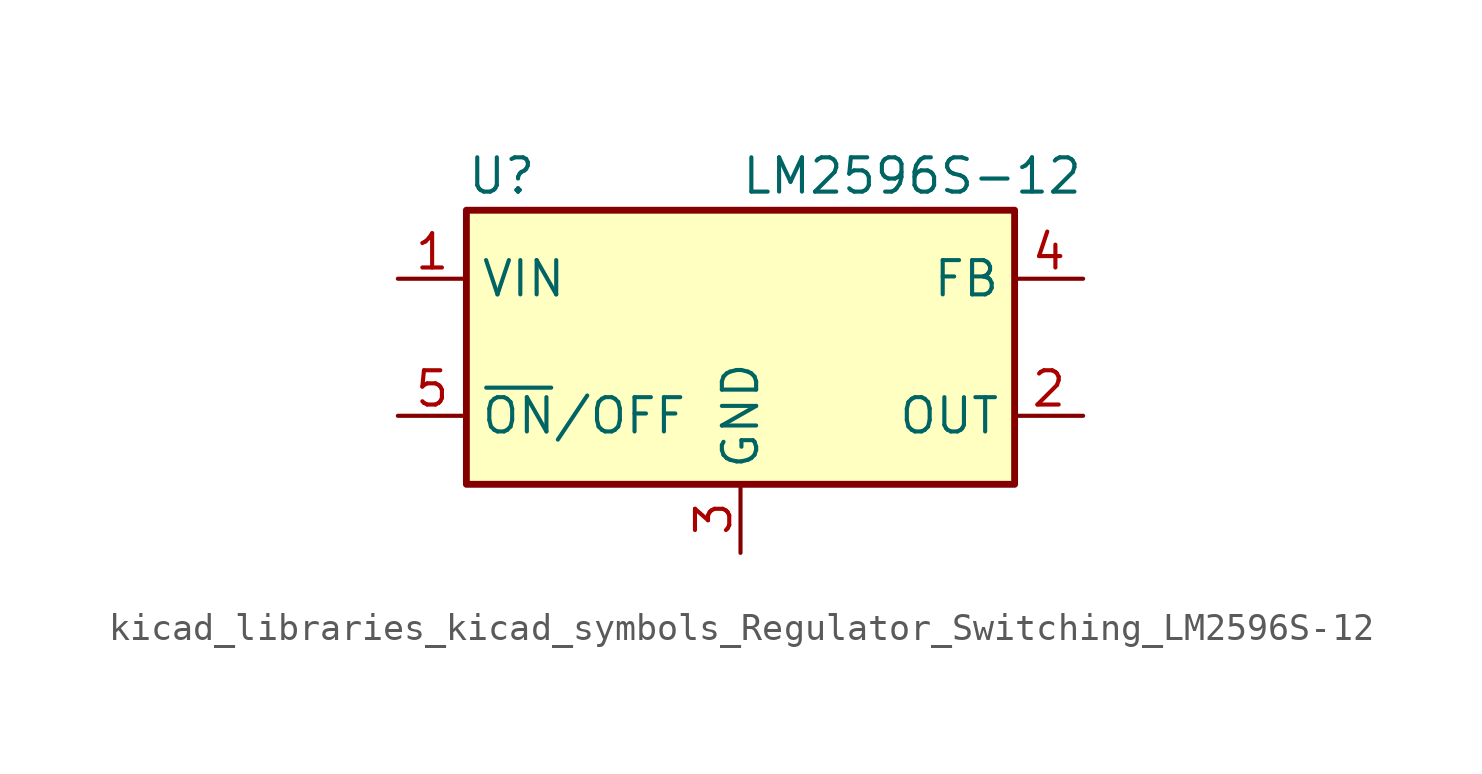
<source format=kicad_sym>
(kicad_symbol_lib
  (version 20220914)
  (generator kicad_symbol_editor)
  (symbol "kicad_libraries_kicad_symbols_Regulator_Switching_LM2596S-12"
    (property "Reference" "U"
      (at -10.16 6.35 0)
      (effects (font (size 1.27 1.27)) (justify left)))
    (property "Value" "LM2596S-12"
      (at 0 6.35 0)
      (effects (font (size 1.27 1.27)) (justify left)))
    (symbol "kicad_libraries_kicad_symbols_Regulator_Switching_LM2596S-12_0_1"
      (rectangle (start -10.16 5.08) (end 10.16 -5.08) (stroke (width 0.254) (type default)) (fill (type background))))
    (symbol "kicad_libraries_kicad_symbols_Regulator_Switching_LM2596S-12_1_1"
      (pin power_in line (at -12.7 2.54 0) (length 2.54) (name "VIN" (effects (font (size 1.27 1.27)))) (number "1" (effects (font (size 1.27 1.27)))))
      (pin output line (at 12.7 -2.54 180) (length 2.54) (name "OUT" (effects (font (size 1.27 1.27)))) (number "2" (effects (font (size 1.27 1.27)))))
      (pin power_in line (at 0 -7.62 90) (length 2.54) (name "GND" (effects (font (size 1.27 1.27)))) (number "3" (effects (font (size 1.27 1.27)))))
      (pin input line (at 12.7 2.54 180) (length 2.54) (name "FB" (effects (font (size 1.27 1.27)))) (number "4" (effects (font (size 1.27 1.27)))))
      (pin input line (at -12.7 -2.54 0) (length 2.54) (name "~{ON}/OFF" (effects (font (size 1.27 1.27)))) (number "5" (effects (font (size 1.27 1.27))))))))
</source>
